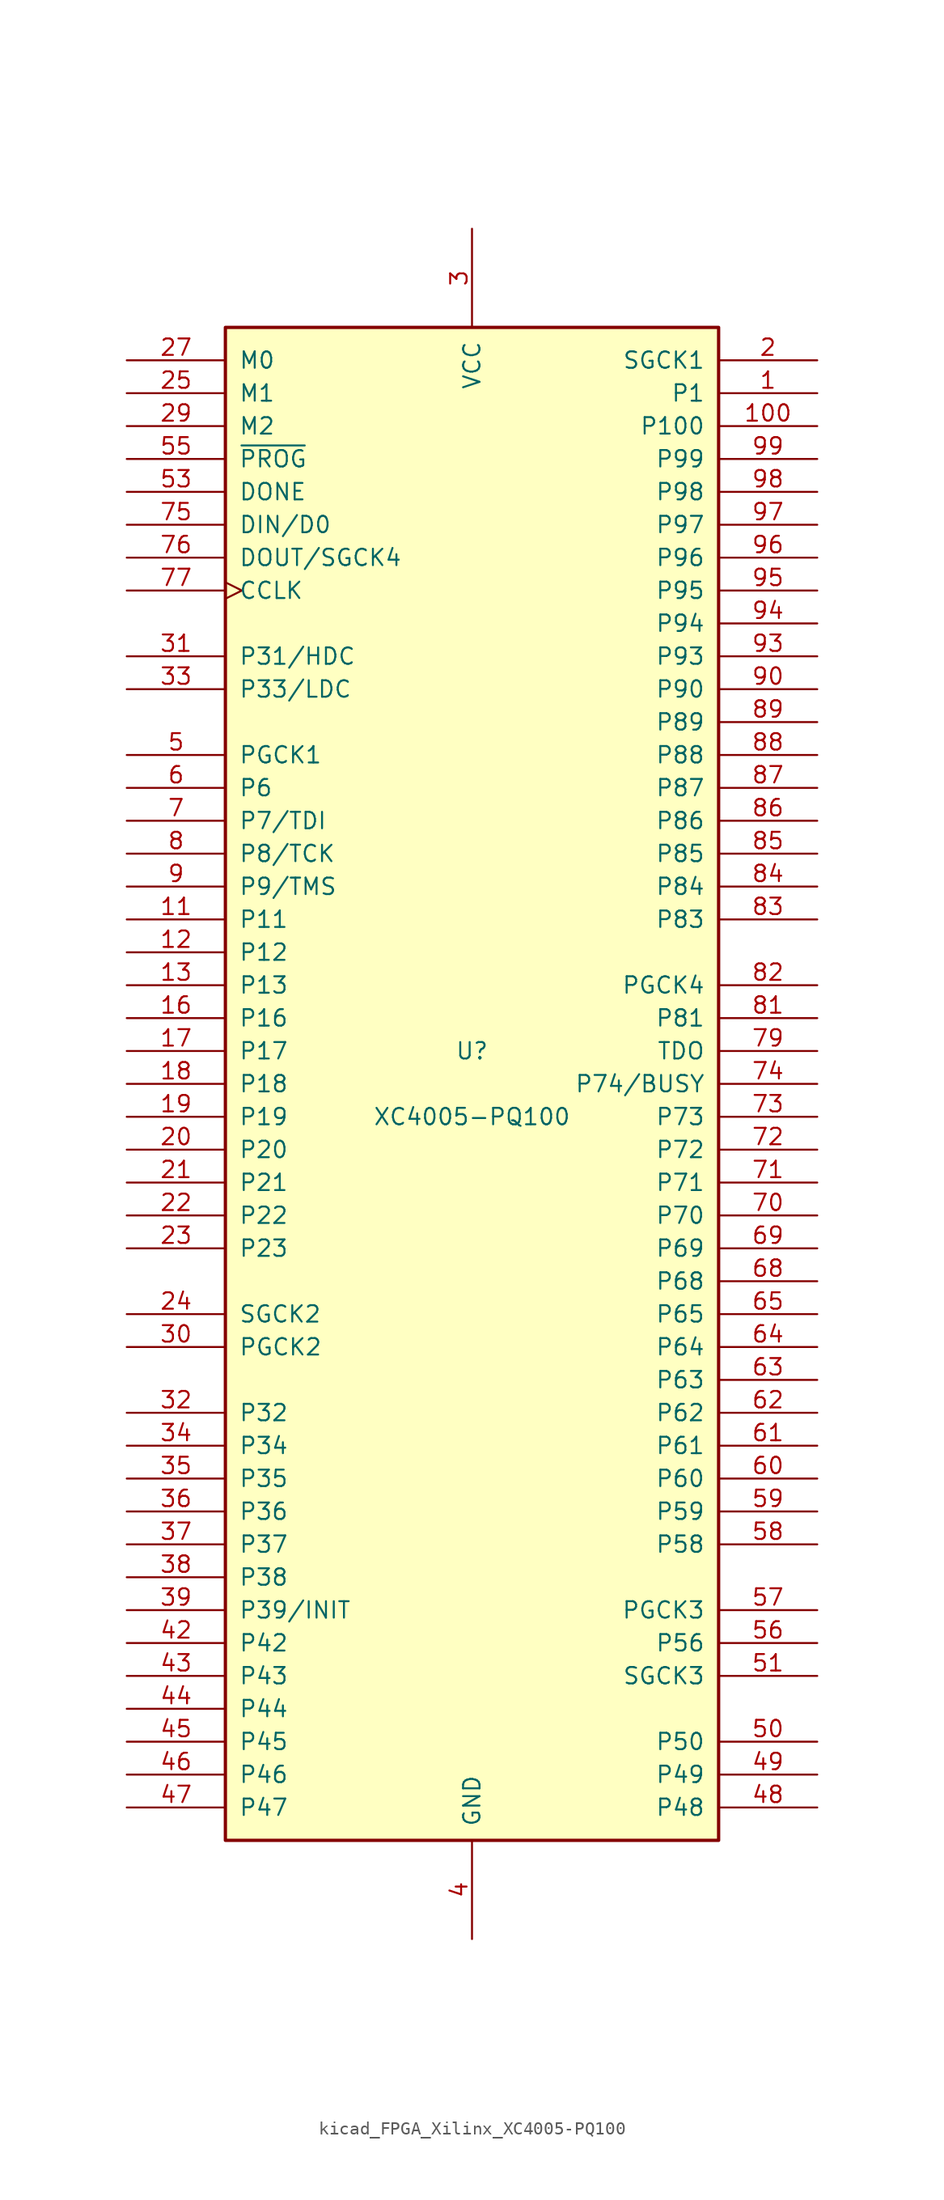
<source format=kicad_sym>
(kicad_symbol_lib
  (version 20220914)
  (generator kicad_symbol_editor)
  (symbol "kicad_FPGA_Xilinx_XC4005-PQ100"
    (pin_names
      (offset 1.016))
    (property "Reference" "U"
      (at 0 2.54 0)
      (effects (font (size 1.27 1.27))))
    (property "Value" "XC4005-PQ100"
      (at 0 -2.54 0)
      (effects (font (size 1.27 1.27))))
    (symbol "kicad_FPGA_Xilinx_XC4005-PQ100_0_1"
      (rectangle (start -19.05 -58.42) (end 19.05 58.42) (stroke (width 0.254) (type default)) (fill (type background))))
    (symbol "kicad_FPGA_Xilinx_XC4005-PQ100_1_1"
      (pin passive line (at 26.67 53.34 180) (length 7.62) (name "P1" (effects (font (size 1.27 1.27)))) (number "1" (effects (font (size 1.27 1.27)))))
      (pin passive line (at 26.67 50.8 180) (length 7.62) (name "P100" (effects (font (size 1.27 1.27)))) (number "100" (effects (font (size 1.27 1.27)))))
      (pin passive line (at -26.67 12.7 0) (length 7.62) (name "P11" (effects (font (size 1.27 1.27)))) (number "11" (effects (font (size 1.27 1.27)))))
      (pin passive line (at -26.67 10.16 0) (length 7.62) (name "P12" (effects (font (size 1.27 1.27)))) (number "12" (effects (font (size 1.27 1.27)))))
      (pin passive line (at -26.67 7.62 0) (length 7.62) (name "P13" (effects (font (size 1.27 1.27)))) (number "13" (effects (font (size 1.27 1.27)))))
      (pin passive line (at 0 -66.04 90) (length 7.62) hide (name "GND" (effects (font (size 1.27 1.27)))) (number "14" (effects (font (size 1.27 1.27)))))
      (pin passive line (at 0 66.04 270) (length 7.62) hide (name "VCC" (effects (font (size 1.27 1.27)))) (number "15" (effects (font (size 1.27 1.27)))))
      (pin passive line (at -26.67 5.08 0) (length 7.62) (name "P16" (effects (font (size 1.27 1.27)))) (number "16" (effects (font (size 1.27 1.27)))))
      (pin passive line (at -26.67 2.54 0) (length 7.62) (name "P17" (effects (font (size 1.27 1.27)))) (number "17" (effects (font (size 1.27 1.27)))))
      (pin passive line (at -26.67 0 0) (length 7.62) (name "P18" (effects (font (size 1.27 1.27)))) (number "18" (effects (font (size 1.27 1.27)))))
      (pin passive line (at -26.67 -2.54 0) (length 7.62) (name "P19" (effects (font (size 1.27 1.27)))) (number "19" (effects (font (size 1.27 1.27)))))
      (pin passive line (at 26.67 55.88 180) (length 7.62) (name "SGCK1" (effects (font (size 1.27 1.27)))) (number "2" (effects (font (size 1.27 1.27)))))
      (pin passive line (at -26.67 -5.08 0) (length 7.62) (name "P20" (effects (font (size 1.27 1.27)))) (number "20" (effects (font (size 1.27 1.27)))))
      (pin passive line (at -26.67 -7.62 0) (length 7.62) (name "P21" (effects (font (size 1.27 1.27)))) (number "21" (effects (font (size 1.27 1.27)))))
      (pin passive line (at -26.67 -10.16 0) (length 7.62) (name "P22" (effects (font (size 1.27 1.27)))) (number "22" (effects (font (size 1.27 1.27)))))
      (pin passive line (at -26.67 -12.7 0) (length 7.62) (name "P23" (effects (font (size 1.27 1.27)))) (number "23" (effects (font (size 1.27 1.27)))))
      (pin passive line (at -26.67 -17.78 0) (length 7.62) (name "SGCK2" (effects (font (size 1.27 1.27)))) (number "24" (effects (font (size 1.27 1.27)))))
      (pin passive line (at -26.67 53.34 0) (length 7.62) (name "M1" (effects (font (size 1.27 1.27)))) (number "25" (effects (font (size 1.27 1.27)))))
      (pin passive line (at 0 -66.04 90) (length 7.62) hide (name "GND" (effects (font (size 1.27 1.27)))) (number "26" (effects (font (size 1.27 1.27)))))
      (pin input line (at -26.67 55.88 0) (length 7.62) (name "M0" (effects (font (size 1.27 1.27)))) (number "27" (effects (font (size 1.27 1.27)))))
      (pin passive line (at 0 66.04 270) (length 7.62) hide (name "VCC" (effects (font (size 1.27 1.27)))) (number "28" (effects (font (size 1.27 1.27)))))
      (pin input line (at -26.67 50.8 0) (length 7.62) (name "M2" (effects (font (size 1.27 1.27)))) (number "29" (effects (font (size 1.27 1.27)))))
      (pin power_in line (at 0 66.04 270) (length 7.62) (name "VCC" (effects (font (size 1.27 1.27)))) (number "3" (effects (font (size 1.27 1.27)))))
      (pin passive line (at -26.67 -20.32 0) (length 7.62) (name "PGCK2" (effects (font (size 1.27 1.27)))) (number "30" (effects (font (size 1.27 1.27)))))
      (pin passive line (at -26.67 33.02 0) (length 7.62) (name "P31/HDC" (effects (font (size 1.27 1.27)))) (number "31" (effects (font (size 1.27 1.27)))))
      (pin passive line (at -26.67 -25.4 0) (length 7.62) (name "P32" (effects (font (size 1.27 1.27)))) (number "32" (effects (font (size 1.27 1.27)))))
      (pin passive line (at -26.67 30.48 0) (length 7.62) (name "P33/LDC" (effects (font (size 1.27 1.27)))) (number "33" (effects (font (size 1.27 1.27)))))
      (pin passive line (at -26.67 -27.94 0) (length 7.62) (name "P34" (effects (font (size 1.27 1.27)))) (number "34" (effects (font (size 1.27 1.27)))))
      (pin passive line (at -26.67 -30.48 0) (length 7.62) (name "P35" (effects (font (size 1.27 1.27)))) (number "35" (effects (font (size 1.27 1.27)))))
      (pin passive line (at -26.67 -33.02 0) (length 7.62) (name "P36" (effects (font (size 1.27 1.27)))) (number "36" (effects (font (size 1.27 1.27)))))
      (pin passive line (at -26.67 -35.56 0) (length 7.62) (name "P37" (effects (font (size 1.27 1.27)))) (number "37" (effects (font (size 1.27 1.27)))))
      (pin passive line (at -26.67 -38.1 0) (length 7.62) (name "P38" (effects (font (size 1.27 1.27)))) (number "38" (effects (font (size 1.27 1.27)))))
      (pin passive line (at -26.67 -40.64 0) (length 7.62) (name "P39/INIT" (effects (font (size 1.27 1.27)))) (number "39" (effects (font (size 1.27 1.27)))))
      (pin power_in line (at 0 -66.04 90) (length 7.62) (name "GND" (effects (font (size 1.27 1.27)))) (number "4" (effects (font (size 1.27 1.27)))))
      (pin passive line (at 0 66.04 270) (length 7.62) hide (name "VCC" (effects (font (size 1.27 1.27)))) (number "40" (effects (font (size 1.27 1.27)))))
      (pin passive line (at 0 -66.04 90) (length 7.62) hide (name "GND" (effects (font (size 1.27 1.27)))) (number "41" (effects (font (size 1.27 1.27)))))
      (pin passive line (at -26.67 -43.18 0) (length 7.62) (name "P42" (effects (font (size 1.27 1.27)))) (number "42" (effects (font (size 1.27 1.27)))))
      (pin passive line (at -26.67 -45.72 0) (length 7.62) (name "P43" (effects (font (size 1.27 1.27)))) (number "43" (effects (font (size 1.27 1.27)))))
      (pin passive line (at -26.67 -48.26 0) (length 7.62) (name "P44" (effects (font (size 1.27 1.27)))) (number "44" (effects (font (size 1.27 1.27)))))
      (pin passive line (at -26.67 -50.8 0) (length 7.62) (name "P45" (effects (font (size 1.27 1.27)))) (number "45" (effects (font (size 1.27 1.27)))))
      (pin passive line (at -26.67 -53.34 0) (length 7.62) (name "P46" (effects (font (size 1.27 1.27)))) (number "46" (effects (font (size 1.27 1.27)))))
      (pin passive line (at -26.67 -55.88 0) (length 7.62) (name "P47" (effects (font (size 1.27 1.27)))) (number "47" (effects (font (size 1.27 1.27)))))
      (pin passive line (at 26.67 -55.88 180) (length 7.62) (name "P48" (effects (font (size 1.27 1.27)))) (number "48" (effects (font (size 1.27 1.27)))))
      (pin passive line (at 26.67 -53.34 180) (length 7.62) (name "P49" (effects (font (size 1.27 1.27)))) (number "49" (effects (font (size 1.27 1.27)))))
      (pin passive line (at -26.67 25.4 0) (length 7.62) (name "PGCK1" (effects (font (size 1.27 1.27)))) (number "5" (effects (font (size 1.27 1.27)))))
      (pin passive line (at 26.67 -50.8 180) (length 7.62) (name "P50" (effects (font (size 1.27 1.27)))) (number "50" (effects (font (size 1.27 1.27)))))
      (pin passive line (at 26.67 -45.72 180) (length 7.62) (name "SGCK3" (effects (font (size 1.27 1.27)))) (number "51" (effects (font (size 1.27 1.27)))))
      (pin passive line (at 0 -66.04 90) (length 7.62) hide (name "GND" (effects (font (size 1.27 1.27)))) (number "52" (effects (font (size 1.27 1.27)))))
      (pin open_collector line (at -26.67 45.72 0) (length 7.62) (name "DONE" (effects (font (size 1.27 1.27)))) (number "53" (effects (font (size 1.27 1.27)))))
      (pin passive line (at 0 66.04 270) (length 7.62) hide (name "VCC" (effects (font (size 1.27 1.27)))) (number "54" (effects (font (size 1.27 1.27)))))
      (pin input line (at -26.67 48.26 0) (length 7.62) (name "~{PROG}" (effects (font (size 1.27 1.27)))) (number "55" (effects (font (size 1.27 1.27)))))
      (pin passive line (at 26.67 -43.18 180) (length 7.62) (name "P56" (effects (font (size 1.27 1.27)))) (number "56" (effects (font (size 1.27 1.27)))))
      (pin passive line (at 26.67 -40.64 180) (length 7.62) (name "PGCK3" (effects (font (size 1.27 1.27)))) (number "57" (effects (font (size 1.27 1.27)))))
      (pin passive line (at 26.67 -35.56 180) (length 7.62) (name "P58" (effects (font (size 1.27 1.27)))) (number "58" (effects (font (size 1.27 1.27)))))
      (pin passive line (at 26.67 -33.02 180) (length 7.62) (name "P59" (effects (font (size 1.27 1.27)))) (number "59" (effects (font (size 1.27 1.27)))))
      (pin passive line (at -26.67 22.86 0) (length 7.62) (name "P6" (effects (font (size 1.27 1.27)))) (number "6" (effects (font (size 1.27 1.27)))))
      (pin passive line (at 26.67 -30.48 180) (length 7.62) (name "P60" (effects (font (size 1.27 1.27)))) (number "60" (effects (font (size 1.27 1.27)))))
      (pin passive line (at 26.67 -27.94 180) (length 7.62) (name "P61" (effects (font (size 1.27 1.27)))) (number "61" (effects (font (size 1.27 1.27)))))
      (pin passive line (at 26.67 -25.4 180) (length 7.62) (name "P62" (effects (font (size 1.27 1.27)))) (number "62" (effects (font (size 1.27 1.27)))))
      (pin passive line (at 26.67 -22.86 180) (length 7.62) (name "P63" (effects (font (size 1.27 1.27)))) (number "63" (effects (font (size 1.27 1.27)))))
      (pin passive line (at 26.67 -20.32 180) (length 7.62) (name "P64" (effects (font (size 1.27 1.27)))) (number "64" (effects (font (size 1.27 1.27)))))
      (pin passive line (at 26.67 -17.78 180) (length 7.62) (name "P65" (effects (font (size 1.27 1.27)))) (number "65" (effects (font (size 1.27 1.27)))))
      (pin passive line (at 0 66.04 270) (length 7.62) hide (name "VCC" (effects (font (size 1.27 1.27)))) (number "66" (effects (font (size 1.27 1.27)))))
      (pin passive line (at 0 -66.04 90) (length 7.62) hide (name "GND" (effects (font (size 1.27 1.27)))) (number "67" (effects (font (size 1.27 1.27)))))
      (pin passive line (at 26.67 -15.24 180) (length 7.62) (name "P68" (effects (font (size 1.27 1.27)))) (number "68" (effects (font (size 1.27 1.27)))))
      (pin passive line (at 26.67 -12.7 180) (length 7.62) (name "P69" (effects (font (size 1.27 1.27)))) (number "69" (effects (font (size 1.27 1.27)))))
      (pin passive line (at -26.67 20.32 0) (length 7.62) (name "P7/TDI" (effects (font (size 1.27 1.27)))) (number "7" (effects (font (size 1.27 1.27)))))
      (pin passive line (at 26.67 -10.16 180) (length 7.62) (name "P70" (effects (font (size 1.27 1.27)))) (number "70" (effects (font (size 1.27 1.27)))))
      (pin passive line (at 26.67 -7.62 180) (length 7.62) (name "P71" (effects (font (size 1.27 1.27)))) (number "71" (effects (font (size 1.27 1.27)))))
      (pin passive line (at 26.67 -5.08 180) (length 7.62) (name "P72" (effects (font (size 1.27 1.27)))) (number "72" (effects (font (size 1.27 1.27)))))
      (pin passive line (at 26.67 -2.54 180) (length 7.62) (name "P73" (effects (font (size 1.27 1.27)))) (number "73" (effects (font (size 1.27 1.27)))))
      (pin passive line (at 26.67 0 180) (length 7.62) (name "P74/BUSY" (effects (font (size 1.27 1.27)))) (number "74" (effects (font (size 1.27 1.27)))))
      (pin passive line (at -26.67 43.18 0) (length 7.62) (name "DIN/D0" (effects (font (size 1.27 1.27)))) (number "75" (effects (font (size 1.27 1.27)))))
      (pin passive line (at -26.67 40.64 0) (length 7.62) (name "DOUT/SGCK4" (effects (font (size 1.27 1.27)))) (number "76" (effects (font (size 1.27 1.27)))))
      (pin input clock (at -26.67 38.1 0) (length 7.62) (name "CCLK" (effects (font (size 1.27 1.27)))) (number "77" (effects (font (size 1.27 1.27)))))
      (pin passive line (at 0 66.04 270) (length 7.62) hide (name "VCC" (effects (font (size 1.27 1.27)))) (number "78" (effects (font (size 1.27 1.27)))))
      (pin output line (at 26.67 2.54 180) (length 7.62) (name "TDO" (effects (font (size 1.27 1.27)))) (number "79" (effects (font (size 1.27 1.27)))))
      (pin passive line (at -26.67 17.78 0) (length 7.62) (name "P8/TCK" (effects (font (size 1.27 1.27)))) (number "8" (effects (font (size 1.27 1.27)))))
      (pin passive line (at 0 -66.04 90) (length 7.62) hide (name "GND" (effects (font (size 1.27 1.27)))) (number "80" (effects (font (size 1.27 1.27)))))
      (pin passive line (at 26.67 5.08 180) (length 7.62) (name "P81" (effects (font (size 1.27 1.27)))) (number "81" (effects (font (size 1.27 1.27)))))
      (pin passive line (at 26.67 7.62 180) (length 7.62) (name "PGCK4" (effects (font (size 1.27 1.27)))) (number "82" (effects (font (size 1.27 1.27)))))
      (pin passive line (at 26.67 12.7 180) (length 7.62) (name "P83" (effects (font (size 1.27 1.27)))) (number "83" (effects (font (size 1.27 1.27)))))
      (pin passive line (at 26.67 15.24 180) (length 7.62) (name "P84" (effects (font (size 1.27 1.27)))) (number "84" (effects (font (size 1.27 1.27)))))
      (pin passive line (at 26.67 17.78 180) (length 7.62) (name "P85" (effects (font (size 1.27 1.27)))) (number "85" (effects (font (size 1.27 1.27)))))
      (pin passive line (at 26.67 20.32 180) (length 7.62) (name "P86" (effects (font (size 1.27 1.27)))) (number "86" (effects (font (size 1.27 1.27)))))
      (pin passive line (at 26.67 22.86 180) (length 7.62) (name "P87" (effects (font (size 1.27 1.27)))) (number "87" (effects (font (size 1.27 1.27)))))
      (pin passive line (at 26.67 25.4 180) (length 7.62) (name "P88" (effects (font (size 1.27 1.27)))) (number "88" (effects (font (size 1.27 1.27)))))
      (pin passive line (at 26.67 27.94 180) (length 7.62) (name "P89" (effects (font (size 1.27 1.27)))) (number "89" (effects (font (size 1.27 1.27)))))
      (pin passive line (at -26.67 15.24 0) (length 7.62) (name "P9/TMS" (effects (font (size 1.27 1.27)))) (number "9" (effects (font (size 1.27 1.27)))))
      (pin passive line (at 26.67 30.48 180) (length 7.62) (name "P90" (effects (font (size 1.27 1.27)))) (number "90" (effects (font (size 1.27 1.27)))))
      (pin passive line (at 0 -66.04 90) (length 7.62) hide (name "GND" (effects (font (size 1.27 1.27)))) (number "91" (effects (font (size 1.27 1.27)))))
      (pin passive line (at 0 66.04 270) (length 7.62) hide (name "VCC" (effects (font (size 1.27 1.27)))) (number "92" (effects (font (size 1.27 1.27)))))
      (pin passive line (at 26.67 33.02 180) (length 7.62) (name "P93" (effects (font (size 1.27 1.27)))) (number "93" (effects (font (size 1.27 1.27)))))
      (pin passive line (at 26.67 35.56 180) (length 7.62) (name "P94" (effects (font (size 1.27 1.27)))) (number "94" (effects (font (size 1.27 1.27)))))
      (pin passive line (at 26.67 38.1 180) (length 7.62) (name "P95" (effects (font (size 1.27 1.27)))) (number "95" (effects (font (size 1.27 1.27)))))
      (pin passive line (at 26.67 40.64 180) (length 7.62) (name "P96" (effects (font (size 1.27 1.27)))) (number "96" (effects (font (size 1.27 1.27)))))
      (pin passive line (at 26.67 43.18 180) (length 7.62) (name "P97" (effects (font (size 1.27 1.27)))) (number "97" (effects (font (size 1.27 1.27)))))
      (pin passive line (at 26.67 45.72 180) (length 7.62) (name "P98" (effects (font (size 1.27 1.27)))) (number "98" (effects (font (size 1.27 1.27)))))
      (pin passive line (at 26.67 48.26 180) (length 7.62) (name "P99" (effects (font (size 1.27 1.27)))) (number "99" (effects (font (size 1.27 1.27))))))))
</source>
